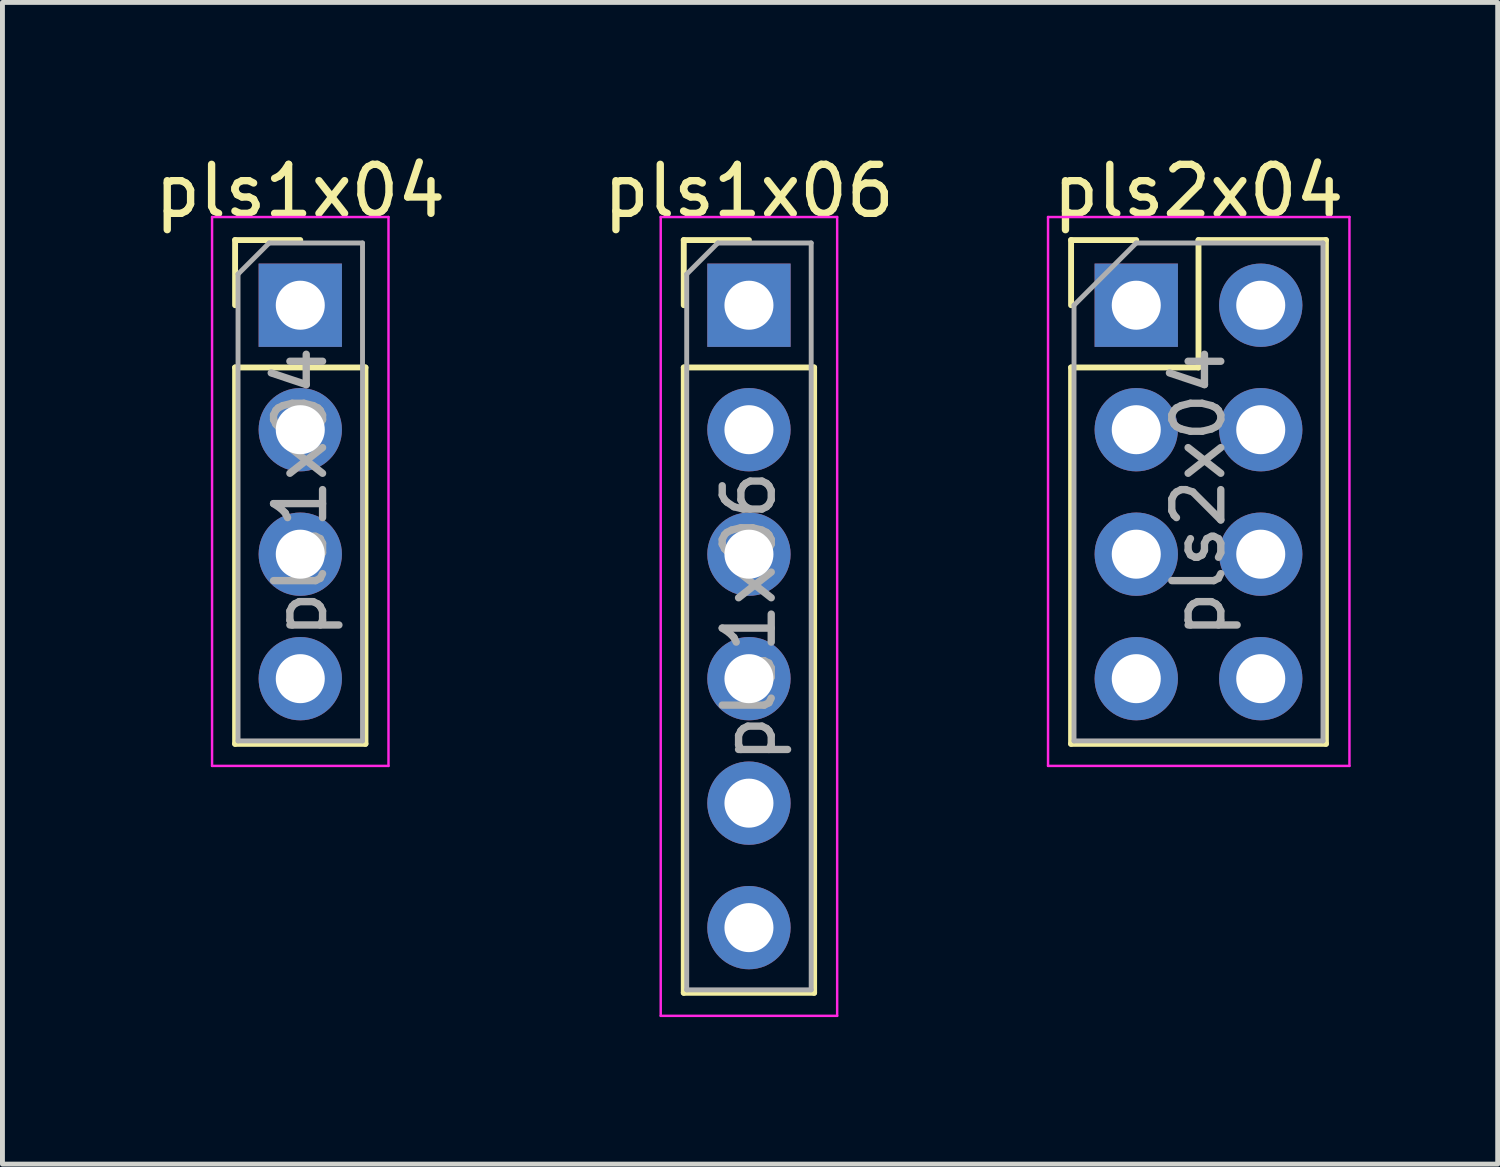
<source format=kicad_pcb>
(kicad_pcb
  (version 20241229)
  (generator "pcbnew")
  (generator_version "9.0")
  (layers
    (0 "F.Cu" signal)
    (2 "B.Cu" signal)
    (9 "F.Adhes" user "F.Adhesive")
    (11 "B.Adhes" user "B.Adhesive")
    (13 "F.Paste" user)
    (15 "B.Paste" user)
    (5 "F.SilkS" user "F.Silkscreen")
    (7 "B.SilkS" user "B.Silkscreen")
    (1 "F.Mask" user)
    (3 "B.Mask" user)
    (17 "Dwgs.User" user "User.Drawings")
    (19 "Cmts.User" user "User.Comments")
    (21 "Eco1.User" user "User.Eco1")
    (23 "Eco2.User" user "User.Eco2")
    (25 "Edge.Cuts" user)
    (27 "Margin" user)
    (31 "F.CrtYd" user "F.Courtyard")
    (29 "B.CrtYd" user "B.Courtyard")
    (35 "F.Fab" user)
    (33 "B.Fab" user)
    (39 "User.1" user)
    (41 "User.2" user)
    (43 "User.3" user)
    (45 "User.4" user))
  (footprint "pls2x04"
    (layer "F.Cu")
    (at 20.135 3.178)
    (property "Reference" "pls2x04" (at 1.27 -2.33 0) (layer "F.SilkS") (effects (font (size 1 1) (thickness 0.15))))
    (attr through_hole)
    (fp_line (start -1.33 -1.33) (end 0 -1.33) (stroke (width 0.12) (type solid)) (layer "F.SilkS"))
    (fp_line (start -1.33 0) (end -1.33 -1.33) (stroke (width 0.12) (type solid)) (layer "F.SilkS"))
    (fp_line (start -1.33 1.27) (end -1.33 8.95) (stroke (width 0.12) (type solid)) (layer "F.SilkS"))
    (fp_line (start -1.33 1.27) (end 1.27 1.27) (stroke (width 0.12) (type solid)) (layer "F.SilkS"))
    (fp_line (start -1.33 8.95) (end 3.87 8.95) (stroke (width 0.12) (type solid)) (layer "F.SilkS"))
    (fp_line (start 1.27 -1.33) (end 3.87 -1.33) (stroke (width 0.12) (type solid)) (layer "F.SilkS"))
    (fp_line (start 1.27 1.27) (end 1.27 -1.33) (stroke (width 0.12) (type solid)) (layer "F.SilkS"))
    (fp_line (start 3.87 -1.33) (end 3.87 8.95) (stroke (width 0.12) (type solid)) (layer "F.SilkS"))
    (fp_line (start -1.8 -1.8) (end -1.8 9.4) (stroke (width 0.05) (type solid)) (layer "F.CrtYd"))
    (fp_line (start -1.8 9.4) (end 4.35 9.4) (stroke (width 0.05) (type solid)) (layer "F.CrtYd"))
    (fp_line (start 4.35 -1.8) (end -1.8 -1.8) (stroke (width 0.05) (type solid)) (layer "F.CrtYd"))
    (fp_line (start 4.35 9.4) (end 4.35 -1.8) (stroke (width 0.05) (type solid)) (layer "F.CrtYd"))
    (fp_line (start -1.27 0) (end 0 -1.27) (stroke (width 0.1) (type solid)) (layer "F.Fab"))
    (fp_line (start -1.27 8.89) (end -1.27 0) (stroke (width 0.1) (type solid)) (layer "F.Fab"))
    (fp_line (start 0 -1.27) (end 3.81 -1.27) (stroke (width 0.1) (type solid)) (layer "F.Fab"))
    (fp_line (start 3.81 -1.27) (end 3.81 8.89) (stroke (width 0.1) (type solid)) (layer "F.Fab"))
    (fp_line (start 3.81 8.89) (end -1.27 8.89) (stroke (width 0.1) (type solid)) (layer "F.Fab"))
    (fp_text user "${REFERENCE}" (at 1.27 3.81 90) (layer "F.Fab") (effects (font (size 1 1) (thickness 0.15))))
    (pad "1" thru_hole rect (at 0 0) (size 1.7 1.7) (drill 1) (layers "*.Cu" "*.Mask"))
    (pad "2" thru_hole oval (at 2.54 0) (size 1.7 1.7) (drill 1) (layers "*.Cu" "*.Mask"))
    (pad "3" thru_hole oval (at 0 2.54) (size 1.7 1.7) (drill 1) (layers "*.Cu" "*.Mask"))
    (pad "4" thru_hole oval (at 2.54 2.54) (size 1.7 1.7) (drill 1) (layers "*.Cu" "*.Mask"))
    (pad "5" thru_hole oval (at 0 5.08) (size 1.7 1.7) (drill 1) (layers "*.Cu" "*.Mask"))
    (pad "6" thru_hole oval (at 2.54 5.08) (size 1.7 1.7) (drill 1) (layers "*.Cu" "*.Mask"))
    (pad "7" thru_hole oval (at 0 7.62) (size 1.7 1.7) (drill 1) (layers "*.Cu" "*.Mask"))
    (pad "8" thru_hole oval (at 2.54 7.62) (size 1.7 1.7) (drill 1) (layers "*.Cu" "*.Mask")))
  (footprint "pls1x06"
    (layer "F.Cu")
    (at 12.232 3.178)
    (property "Reference" "pls1x06" (at 0 -2.33 0) (layer "F.SilkS") (effects (font (size 1 1) (thickness 0.15))))
    (attr through_hole)
    (fp_line (start -1.33 -1.33) (end 0 -1.33) (stroke (width 0.12) (type solid)) (layer "F.SilkS"))
    (fp_line (start -1.33 0) (end -1.33 -1.33) (stroke (width 0.12) (type solid)) (layer "F.SilkS"))
    (fp_line (start -1.33 1.27) (end -1.33 14.03) (stroke (width 0.12) (type solid)) (layer "F.SilkS"))
    (fp_line (start -1.33 1.27) (end 1.33 1.27) (stroke (width 0.12) (type solid)) (layer "F.SilkS"))
    (fp_line (start -1.33 14.03) (end 1.33 14.03) (stroke (width 0.12) (type solid)) (layer "F.SilkS"))
    (fp_line (start 1.33 1.27) (end 1.33 14.03) (stroke (width 0.12) (type solid)) (layer "F.SilkS"))
    (fp_line (start -1.8 -1.8) (end -1.8 14.5) (stroke (width 0.05) (type solid)) (layer "F.CrtYd"))
    (fp_line (start -1.8 14.5) (end 1.8 14.5) (stroke (width 0.05) (type solid)) (layer "F.CrtYd"))
    (fp_line (start 1.8 -1.8) (end -1.8 -1.8) (stroke (width 0.05) (type solid)) (layer "F.CrtYd"))
    (fp_line (start 1.8 14.5) (end 1.8 -1.8) (stroke (width 0.05) (type solid)) (layer "F.CrtYd"))
    (fp_line (start -1.27 -0.635) (end -0.635 -1.27) (stroke (width 0.1) (type solid)) (layer "F.Fab"))
    (fp_line (start -1.27 13.97) (end -1.27 -0.635) (stroke (width 0.1) (type solid)) (layer "F.Fab"))
    (fp_line (start -0.635 -1.27) (end 1.27 -1.27) (stroke (width 0.1) (type solid)) (layer "F.Fab"))
    (fp_line (start 1.27 -1.27) (end 1.27 13.97) (stroke (width 0.1) (type solid)) (layer "F.Fab"))
    (fp_line (start 1.27 13.97) (end -1.27 13.97) (stroke (width 0.1) (type solid)) (layer "F.Fab"))
    (fp_text user "${REFERENCE}" (at 0 6.35 90) (layer "F.Fab") (effects (font (size 1 1) (thickness 0.15))))
    (pad "1" thru_hole rect (at 0 0) (size 1.7 1.7) (drill 1) (layers "*.Cu" "*.Mask"))
    (pad "2" thru_hole oval (at 0 2.54) (size 1.7 1.7) (drill 1) (layers "*.Cu" "*.Mask"))
    (pad "3" thru_hole oval (at 0 5.08) (size 1.7 1.7) (drill 1) (layers "*.Cu" "*.Mask"))
    (pad "4" thru_hole oval (at 0 7.62) (size 1.7 1.7) (drill 1) (layers "*.Cu" "*.Mask"))
    (pad "5" thru_hole oval (at 0 10.16) (size 1.7 1.7) (drill 1) (layers "*.Cu" "*.Mask"))
    (pad "6" thru_hole oval (at 0 12.7) (size 1.7 1.7) (drill 1) (layers "*.Cu" "*.Mask")))
  (footprint "pls1x04"
    (layer "F.Cu")
    (at 3.077 3.178)
    (property "Reference" "pls1x04" (at 0 -2.33 0) (layer "F.SilkS") (effects (font (size 1 1) (thickness 0.15))))
    (attr through_hole)
    (fp_line (start -1.33 -1.33) (end 0 -1.33) (stroke (width 0.12) (type solid)) (layer "F.SilkS"))
    (fp_line (start -1.33 0) (end -1.33 -1.33) (stroke (width 0.12) (type solid)) (layer "F.SilkS"))
    (fp_line (start -1.33 1.27) (end -1.33 8.95) (stroke (width 0.12) (type solid)) (layer "F.SilkS"))
    (fp_line (start -1.33 1.27) (end 1.33 1.27) (stroke (width 0.12) (type solid)) (layer "F.SilkS"))
    (fp_line (start -1.33 8.95) (end 1.33 8.95) (stroke (width 0.12) (type solid)) (layer "F.SilkS"))
    (fp_line (start 1.33 1.27) (end 1.33 8.95) (stroke (width 0.12) (type solid)) (layer "F.SilkS"))
    (fp_line (start -1.8 -1.8) (end -1.8 9.4) (stroke (width 0.05) (type solid)) (layer "F.CrtYd"))
    (fp_line (start -1.8 9.4) (end 1.8 9.4) (stroke (width 0.05) (type solid)) (layer "F.CrtYd"))
    (fp_line (start 1.8 -1.8) (end -1.8 -1.8) (stroke (width 0.05) (type solid)) (layer "F.CrtYd"))
    (fp_line (start 1.8 9.4) (end 1.8 -1.8) (stroke (width 0.05) (type solid)) (layer "F.CrtYd"))
    (fp_line (start -1.27 -0.635) (end -0.635 -1.27) (stroke (width 0.1) (type solid)) (layer "F.Fab"))
    (fp_line (start -1.27 8.89) (end -1.27 -0.635) (stroke (width 0.1) (type solid)) (layer "F.Fab"))
    (fp_line (start -0.635 -1.27) (end 1.27 -1.27) (stroke (width 0.1) (type solid)) (layer "F.Fab"))
    (fp_line (start 1.27 -1.27) (end 1.27 8.89) (stroke (width 0.1) (type solid)) (layer "F.Fab"))
    (fp_line (start 1.27 8.89) (end -1.27 8.89) (stroke (width 0.1) (type solid)) (layer "F.Fab"))
    (fp_text user "${REFERENCE}" (at 0 3.81 90) (layer "F.Fab") (effects (font (size 1 1) (thickness 0.15))))
    (pad "1" thru_hole rect (at 0 0) (size 1.7 1.7) (drill 1) (layers "*.Cu" "*.Mask"))
    (pad "2" thru_hole oval (at 0 2.54) (size 1.7 1.7) (drill 1) (layers "*.Cu" "*.Mask"))
    (pad "3" thru_hole oval (at 0 5.08) (size 1.7 1.7) (drill 1) (layers "*.Cu" "*.Mask"))
    (pad "4" thru_hole oval (at 0 7.62) (size 1.7 1.7) (drill 1) (layers "*.Cu" "*.Mask")))
  (gr_rect
    (start -3 -3)
    (end 27.51 20.703)
    (stroke (width 0.1) (type default))
    (fill no)
    (layer "Edge.Cuts")))
</source>
